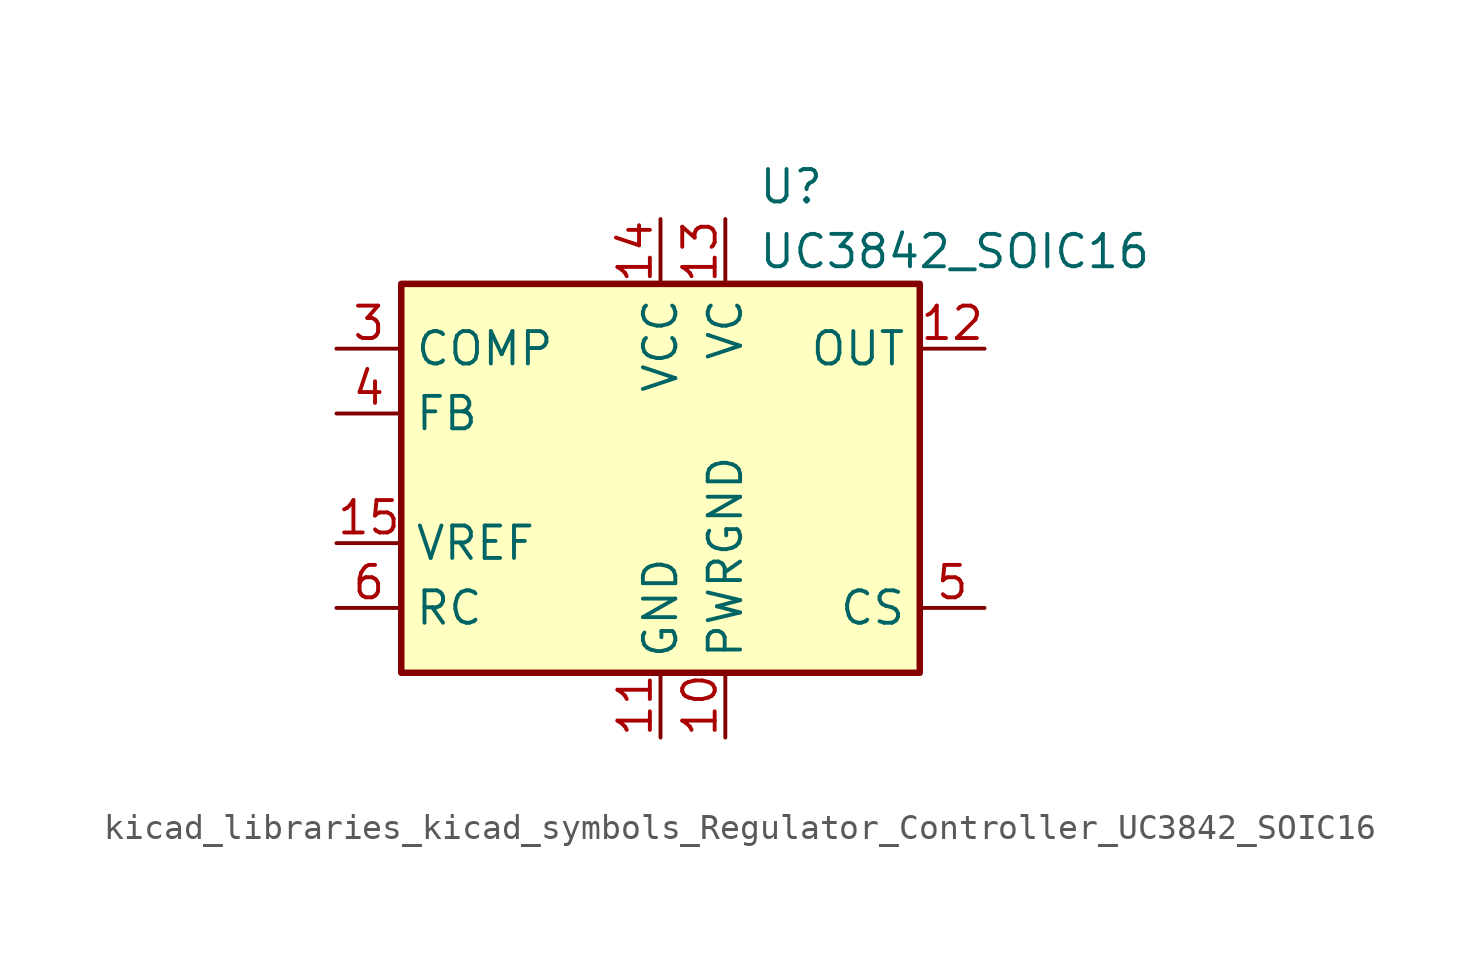
<source format=kicad_sym>
(kicad_symbol_lib
  (version 20220914)
  (generator kicad_symbol_editor)
  (symbol "kicad_libraries_kicad_symbols_Regulator_Controller_UC3842_SOIC16"
    (property "Reference" "U"
      (at 3.81 11.43 0)
      (effects (font (size 1.27 1.27)) (justify left)))
    (property "Value" "UC3842_SOIC16"
      (at 3.81 8.89 0)
      (effects (font (size 1.27 1.27)) (justify left)))
    (symbol "kicad_libraries_kicad_symbols_Regulator_Controller_UC3842_SOIC16_0_1"
      (rectangle (start -10.16 -7.62) (end 10.16 7.62) (stroke (width 0.254) (type default)) (fill (type background))))
    (symbol "kicad_libraries_kicad_symbols_Regulator_Controller_UC3842_SOIC16_1_1"
      (pin no_connect line (at -10.16 -7.62 90) (length 2.54) hide (name "NC" (effects (font (size 1.27 1.27)))) (number "1" (effects (font (size 1.27 1.27)))))
      (pin power_in line (at 2.54 -10.16 90) (length 2.54) (name "PWRGND" (effects (font (size 1.27 1.27)))) (number "10" (effects (font (size 1.27 1.27)))))
      (pin power_in line (at 0 -10.16 90) (length 2.54) (name "GND" (effects (font (size 1.27 1.27)))) (number "11" (effects (font (size 1.27 1.27)))))
      (pin output line (at 12.7 5.08 180) (length 2.54) (name "OUT" (effects (font (size 1.27 1.27)))) (number "12" (effects (font (size 1.27 1.27)))))
      (pin power_in line (at 2.54 10.16 270) (length 2.54) (name "VC" (effects (font (size 1.27 1.27)))) (number "13" (effects (font (size 1.27 1.27)))))
      (pin power_in line (at 0 10.16 270) (length 2.54) (name "VCC" (effects (font (size 1.27 1.27)))) (number "14" (effects (font (size 1.27 1.27)))))
      (pin power_out line (at -12.7 -2.54 0) (length 2.54) (name "VREF" (effects (font (size 1.27 1.27)))) (number "15" (effects (font (size 1.27 1.27)))))
      (pin no_connect line (at 7.62 -7.62 90) (length 2.54) hide (name "NC" (effects (font (size 1.27 1.27)))) (number "16" (effects (font (size 1.27 1.27)))))
      (pin no_connect line (at -7.62 -7.62 90) (length 2.54) hide (name "NC" (effects (font (size 1.27 1.27)))) (number "2" (effects (font (size 1.27 1.27)))))
      (pin passive line (at -12.7 5.08 0) (length 2.54) (name "COMP" (effects (font (size 1.27 1.27)))) (number "3" (effects (font (size 1.27 1.27)))))
      (pin input line (at -12.7 2.54 0) (length 2.54) (name "FB" (effects (font (size 1.27 1.27)))) (number "4" (effects (font (size 1.27 1.27)))))
      (pin input line (at 12.7 -5.08 180) (length 2.54) (name "CS" (effects (font (size 1.27 1.27)))) (number "5" (effects (font (size 1.27 1.27)))))
      (pin passive line (at -12.7 -5.08 0) (length 2.54) (name "RC" (effects (font (size 1.27 1.27)))) (number "6" (effects (font (size 1.27 1.27)))))
      (pin no_connect line (at -5.08 -7.62 90) (length 2.54) hide (name "NC" (effects (font (size 1.27 1.27)))) (number "7" (effects (font (size 1.27 1.27)))))
      (pin no_connect line (at -2.54 -7.62 90) (length 2.54) hide (name "NC" (effects (font (size 1.27 1.27)))) (number "8" (effects (font (size 1.27 1.27)))))
      (pin no_connect line (at 5.08 -7.62 90) (length 2.54) hide (name "NC" (effects (font (size 1.27 1.27)))) (number "9" (effects (font (size 1.27 1.27))))))))
</source>
